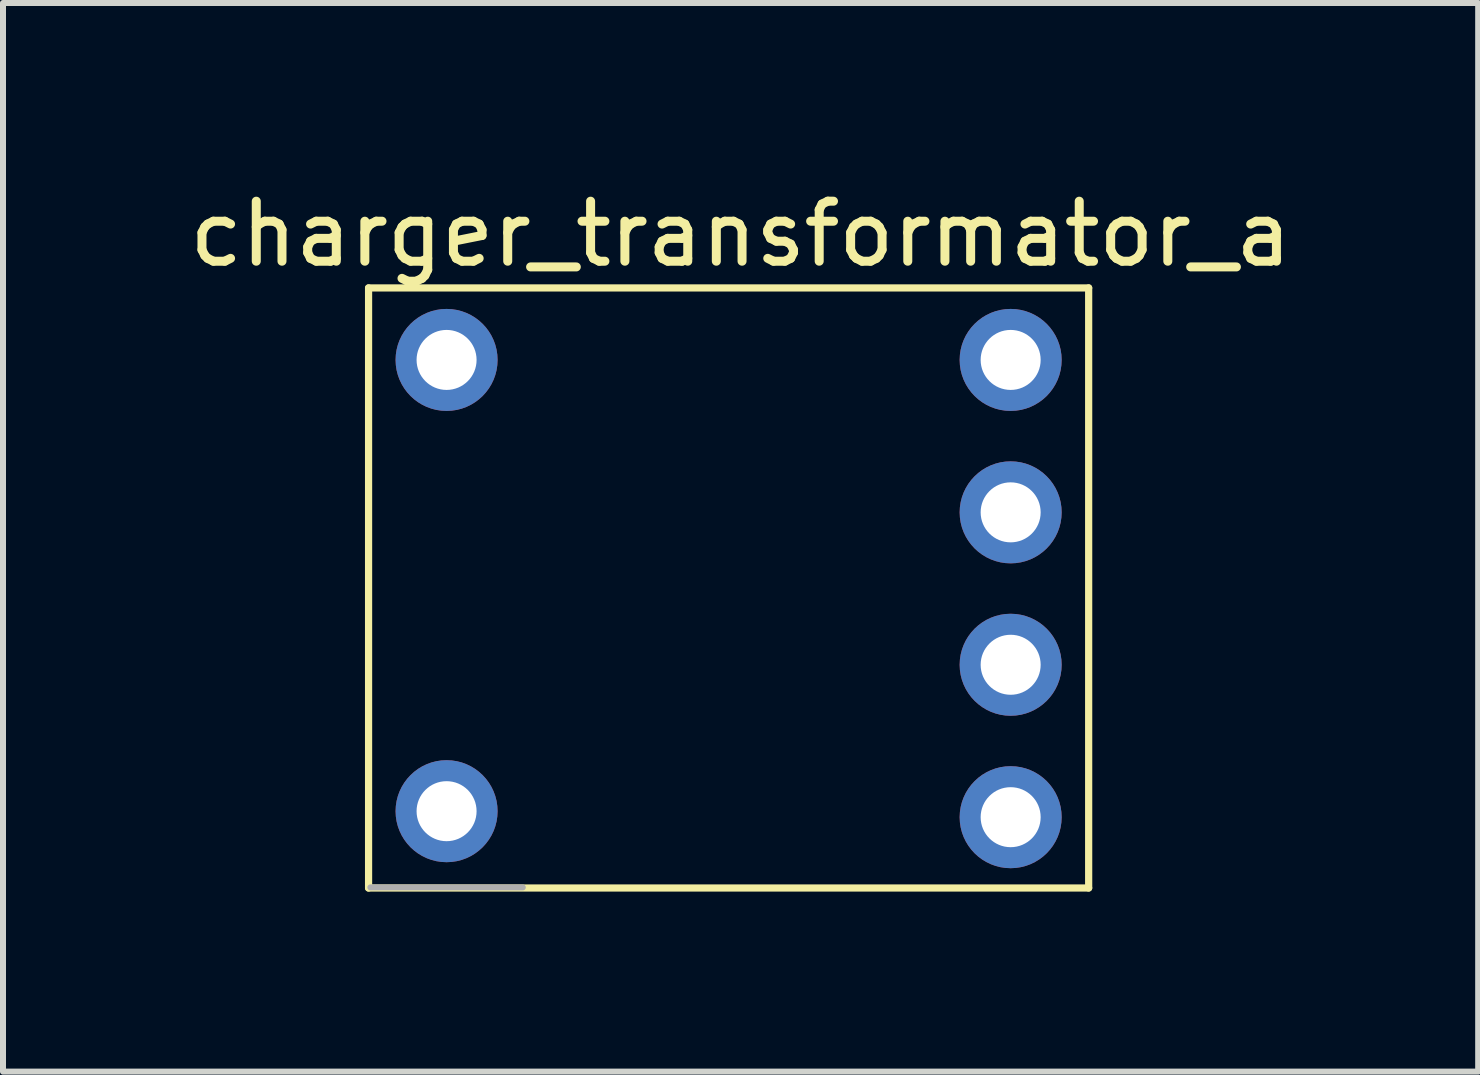
<source format=kicad_pcb>
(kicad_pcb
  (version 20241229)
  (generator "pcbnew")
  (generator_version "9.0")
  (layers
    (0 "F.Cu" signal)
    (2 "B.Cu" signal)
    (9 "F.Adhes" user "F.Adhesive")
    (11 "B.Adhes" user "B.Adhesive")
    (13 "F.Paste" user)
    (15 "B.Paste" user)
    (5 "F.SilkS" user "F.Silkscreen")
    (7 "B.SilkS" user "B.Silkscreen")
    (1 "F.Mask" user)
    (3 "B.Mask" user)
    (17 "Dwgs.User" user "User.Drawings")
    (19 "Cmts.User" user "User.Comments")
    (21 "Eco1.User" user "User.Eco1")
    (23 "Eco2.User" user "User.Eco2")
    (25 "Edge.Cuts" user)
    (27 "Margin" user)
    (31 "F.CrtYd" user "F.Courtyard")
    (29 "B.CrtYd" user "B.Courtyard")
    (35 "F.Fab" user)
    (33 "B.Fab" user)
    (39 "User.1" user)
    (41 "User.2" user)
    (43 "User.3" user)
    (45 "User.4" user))
  (footprint "charger_transformator_a"
    (layer "F.Cu")
    (at 9.292 3.648)
    (property "Reference" "charger_transformator_a" (at 0 -2.8 0) (layer "F.SilkS") (effects (font (size 1 1) (thickness 0.15))))
    (attr through_hole)
    (fp_line (start -6.2 -1.9) (end 5.8 -1.9) (stroke (width 0.12) (type solid)) (layer "F.SilkS"))
    (fp_line (start -6.2 8.1) (end -6.2 -1.9) (stroke (width 0.12) (type solid)) (layer "F.SilkS"))
    (fp_line (start 5.8 -1.9) (end 5.8 8.1) (stroke (width 0.12) (type solid)) (layer "F.SilkS"))
    (fp_line (start 5.8 8.1) (end -6.2 8.1) (stroke (width 0.12) (type solid)) (layer "F.SilkS"))
    (fp_line (start -3.63 8.09) (end -6.17 8.09) (stroke (width 0.1) (type solid)) (layer "F.Fab"))
    (pad "1" thru_hole circle (at -4.9 -0.7) (size 1.7 1.7) (drill 1) (layers "*.Cu" "*.Mask"))
    (pad "2" thru_hole oval (at -4.9 6.82) (size 1.7 1.7) (drill 1) (layers "*.Cu" "*.Mask"))
    (pad "3" thru_hole circle (at 4.5 -0.7) (size 1.7 1.7) (drill 1) (layers "*.Cu" "*.Mask"))
    (pad "4" thru_hole oval (at 4.5 1.84) (size 1.7 1.7) (drill 1) (layers "*.Cu" "*.Mask"))
    (pad "5" thru_hole oval (at 4.5 4.38) (size 1.7 1.7) (drill 1) (layers "*.Cu" "*.Mask"))
    (pad "6" thru_hole oval (at 4.5 6.92) (size 1.7 1.7) (drill 1) (layers "*.Cu" "*.Mask")))
  (gr_rect
    (start -3 -3)
    (end 21.583 14.808)
    (stroke (width 0.1) (type default))
    (fill no)
    (layer "Edge.Cuts")))
</source>
